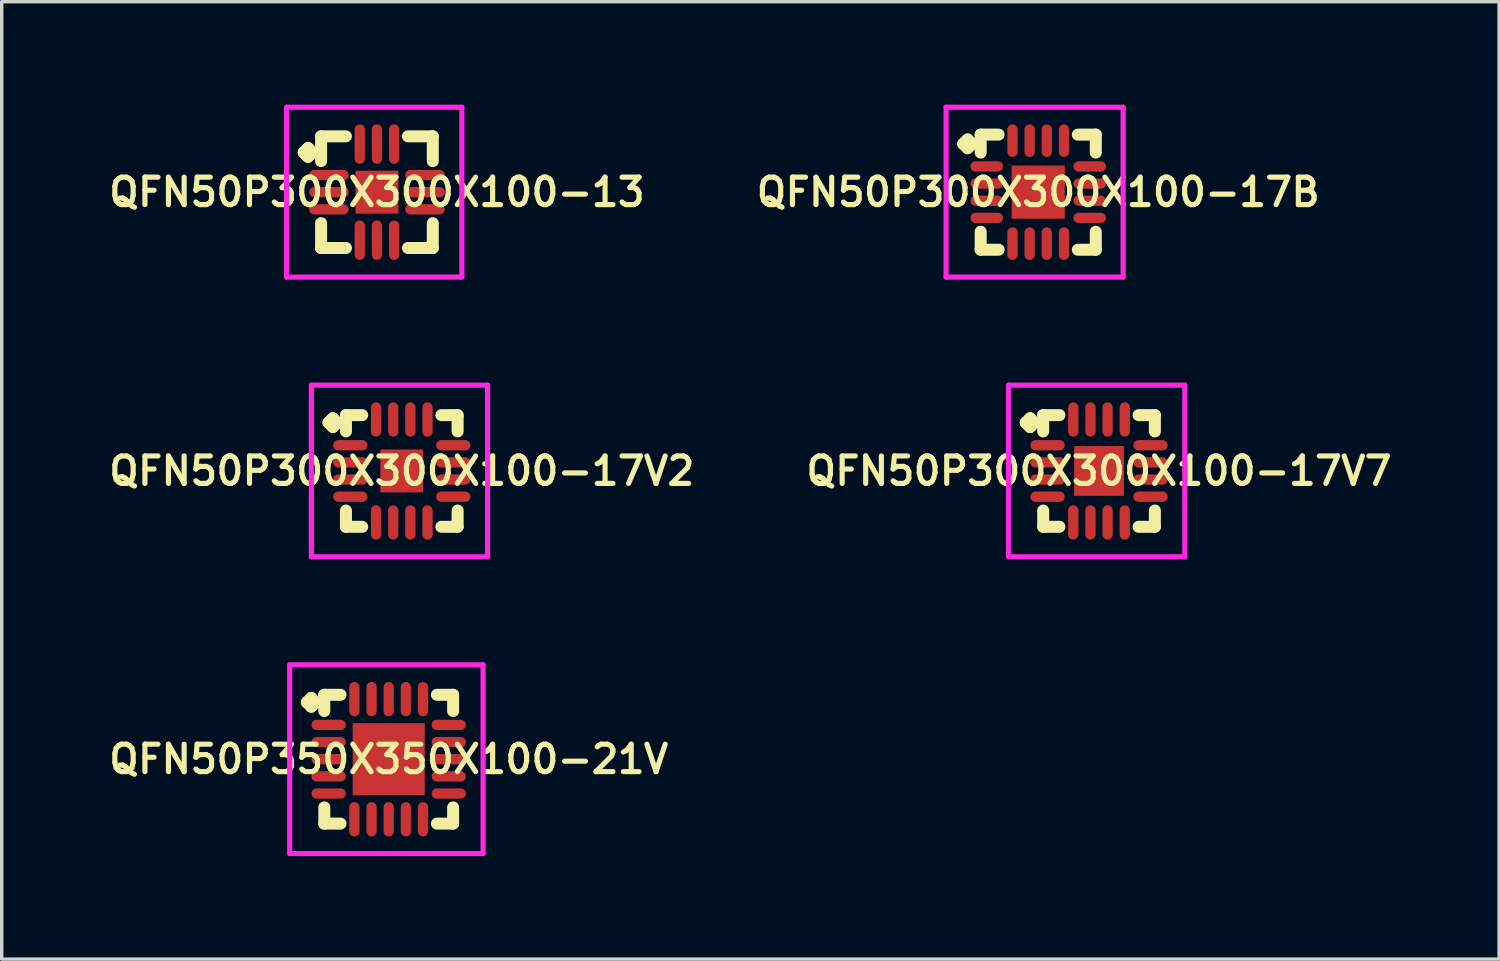
<source format=kicad_pcb>
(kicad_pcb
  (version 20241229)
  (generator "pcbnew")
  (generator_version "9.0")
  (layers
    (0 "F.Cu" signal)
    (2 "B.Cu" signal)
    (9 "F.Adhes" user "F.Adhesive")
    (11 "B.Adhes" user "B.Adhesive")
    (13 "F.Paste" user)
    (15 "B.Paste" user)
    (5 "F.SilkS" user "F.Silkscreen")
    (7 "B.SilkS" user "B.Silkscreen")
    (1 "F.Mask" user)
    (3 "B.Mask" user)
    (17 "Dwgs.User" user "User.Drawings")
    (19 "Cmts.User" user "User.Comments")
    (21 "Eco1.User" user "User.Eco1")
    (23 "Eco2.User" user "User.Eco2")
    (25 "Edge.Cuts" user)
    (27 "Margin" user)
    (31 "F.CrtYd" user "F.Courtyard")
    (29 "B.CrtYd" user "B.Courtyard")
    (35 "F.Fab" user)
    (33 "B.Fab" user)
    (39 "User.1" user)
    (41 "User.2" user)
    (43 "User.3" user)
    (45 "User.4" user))
  (footprint "QFN50P350X350X100-21V"
    (layer "F.Cu")
    (at 8.278 19.075)
    (property "Reference" "QFN50P350X350X100-21V" (at 0 0 0) (layer "F.SilkS") (effects (font (size 0.8 0.8) (thickness 0.15))))
    (attr smd)
    (fp_line (start -2.385 -1.658) (end -2.258 -1.785) (stroke (width 0.35) (type solid)) (layer "F.SilkS"))
    (fp_line (start -2.258 -1.785) (end -2.131 -1.658) (stroke (width 0.35) (type solid)) (layer "F.SilkS"))
    (fp_line (start -2.258 -1.531) (end -2.385 -1.658) (stroke (width 0.35) (type solid)) (layer "F.SilkS"))
    (fp_line (start -2.131 -1.658) (end -2.258 -1.531) (stroke (width 0.35) (type solid)) (layer "F.SilkS"))
    (fp_line (start -1.877 -1.877) (end -1.404 -1.877) (stroke (width 0.35) (type solid)) (layer "F.SilkS"))
    (fp_line (start -1.877 -1.404) (end -1.877 -1.877) (stroke (width 0.35) (type solid)) (layer "F.SilkS"))
    (fp_line (start -1.877 1.404) (end -1.877 1.877) (stroke (width 0.35) (type solid)) (layer "F.SilkS"))
    (fp_line (start -1.877 1.877) (end -1.404 1.877) (stroke (width 0.35) (type solid)) (layer "F.SilkS"))
    (fp_line (start 1.404 -1.877) (end 1.877 -1.877) (stroke (width 0.35) (type solid)) (layer "F.SilkS"))
    (fp_line (start 1.404 1.877) (end 1.877 1.877) (stroke (width 0.35) (type solid)) (layer "F.SilkS"))
    (fp_line (start 1.877 -1.877) (end 1.877 -1.404) (stroke (width 0.35) (type solid)) (layer "F.SilkS"))
    (fp_line (start 1.877 1.877) (end 1.877 1.404) (stroke (width 0.35) (type solid)) (layer "F.SilkS"))
    (fp_line (start -2.885 -2.75) (end 2.75 -2.75) (stroke (width 0.15) (type solid)) (layer "F.CrtYd"))
    (fp_line (start -2.885 2.75) (end -2.885 -2.75) (stroke (width 0.15) (type solid)) (layer "F.CrtYd"))
    (fp_line (start 2.75 -2.75) (end 2.75 2.75) (stroke (width 0.15) (type solid)) (layer "F.CrtYd"))
    (fp_line (start 2.75 2.75) (end -2.885 2.75) (stroke (width 0.15) (type solid)) (layer "F.CrtYd"))
    (pad "1" smd oval (at -1.75 -1) (size 1 0.3) (layers "F.Cu" "F.Mask" "F.Paste"))
    (pad "2" smd oval (at -1.75 -0.5) (size 1 0.3) (layers "F.Cu" "F.Mask" "F.Paste"))
    (pad "3" smd oval (at -1.75 0) (size 1 0.3) (layers "F.Cu" "F.Mask" "F.Paste"))
    (pad "4" smd oval (at -1.75 0.5) (size 1 0.3) (layers "F.Cu" "F.Mask" "F.Paste"))
    (pad "5" smd oval (at -1.75 1) (size 1 0.3) (layers "F.Cu" "F.Mask" "F.Paste"))
    (pad "6" smd oval (at -1 1.75) (size 0.3 1) (layers "F.Cu" "F.Mask" "F.Paste"))
    (pad "7" smd oval (at -0.5 1.75) (size 0.3 1) (layers "F.Cu" "F.Mask" "F.Paste"))
    (pad "8" smd oval (at 0 1.75) (size 0.3 1) (layers "F.Cu" "F.Mask" "F.Paste"))
    (pad "9" smd oval (at 0.5 1.75) (size 0.3 1) (layers "F.Cu" "F.Mask" "F.Paste"))
    (pad "10" smd oval (at 1 1.75) (size 0.3 1) (layers "F.Cu" "F.Mask" "F.Paste"))
    (pad "11" smd oval (at 1.75 1) (size 1 0.3) (layers "F.Cu" "F.Mask" "F.Paste"))
    (pad "12" smd oval (at 1.75 0.5) (size 1 0.3) (layers "F.Cu" "F.Mask" "F.Paste"))
    (pad "13" smd oval (at 1.75 0) (size 1 0.3) (layers "F.Cu" "F.Mask" "F.Paste"))
    (pad "14" smd oval (at 1.75 -0.5) (size 1 0.3) (layers "F.Cu" "F.Mask" "F.Paste"))
    (pad "15" smd oval (at 1.75 -1) (size 1 0.3) (layers "F.Cu" "F.Mask" "F.Paste"))
    (pad "16" smd oval (at 1 -1.75) (size 0.3 1) (layers "F.Cu" "F.Mask" "F.Paste"))
    (pad "17" smd oval (at 0.5 -1.75) (size 0.3 1) (layers "F.Cu" "F.Mask" "F.Paste"))
    (pad "18" smd oval (at 0 -1.75) (size 0.3 1) (layers "F.Cu" "F.Mask" "F.Paste"))
    (pad "19" smd oval (at -0.5 -1.75) (size 0.3 1) (layers "F.Cu" "F.Mask" "F.Paste"))
    (pad "20" smd oval (at -1 -1.75) (size 0.3 1) (layers "F.Cu" "F.Mask" "F.Paste"))
    (pad "21" smd rect (at 0 0) (size 2.1 2.1) (layers "F.Cu" "F.Mask" "F.Paste")))
  (footprint "QFN50P300X300X100-17B"
    (layer "F.Cu")
    (at 27.206 2.55)
    (property "Reference" "QFN50P300X300X100-17B" (at 0 0 0) (layer "F.SilkS") (effects (font (size 0.8 0.8) (thickness 0.15))))
    (attr smd)
    (fp_line (start -2.185 -1.408) (end -2.058 -1.535) (stroke (width 0.35) (type solid)) (layer "F.SilkS"))
    (fp_line (start -2.058 -1.535) (end -1.931 -1.408) (stroke (width 0.35) (type solid)) (layer "F.SilkS"))
    (fp_line (start -2.058 -1.281) (end -2.185 -1.408) (stroke (width 0.35) (type solid)) (layer "F.SilkS"))
    (fp_line (start -1.931 -1.408) (end -2.058 -1.281) (stroke (width 0.35) (type solid)) (layer "F.SilkS"))
    (fp_line (start -1.677 -1.677) (end -1.154 -1.677) (stroke (width 0.35) (type solid)) (layer "F.SilkS"))
    (fp_line (start -1.677 -1.154) (end -1.677 -1.677) (stroke (width 0.35) (type solid)) (layer "F.SilkS"))
    (fp_line (start -1.677 1.154) (end -1.677 1.677) (stroke (width 0.35) (type solid)) (layer "F.SilkS"))
    (fp_line (start -1.677 1.677) (end -1.154 1.677) (stroke (width 0.35) (type solid)) (layer "F.SilkS"))
    (fp_line (start 1.154 -1.677) (end 1.677 -1.677) (stroke (width 0.35) (type solid)) (layer "F.SilkS"))
    (fp_line (start 1.154 1.677) (end 1.677 1.677) (stroke (width 0.35) (type solid)) (layer "F.SilkS"))
    (fp_line (start 1.677 -1.677) (end 1.677 -1.154) (stroke (width 0.35) (type solid)) (layer "F.SilkS"))
    (fp_line (start 1.677 1.677) (end 1.677 1.154) (stroke (width 0.35) (type solid)) (layer "F.SilkS"))
    (fp_line (start -2.685 -2.475) (end 2.475 -2.475) (stroke (width 0.15) (type solid)) (layer "F.CrtYd"))
    (fp_line (start -2.685 2.475) (end -2.685 -2.475) (stroke (width 0.15) (type solid)) (layer "F.CrtYd"))
    (fp_line (start 2.475 -2.475) (end 2.475 2.475) (stroke (width 0.15) (type solid)) (layer "F.CrtYd"))
    (fp_line (start 2.475 2.475) (end -2.685 2.475) (stroke (width 0.15) (type solid)) (layer "F.CrtYd"))
    (pad "1" smd oval (at -1.5 -0.75) (size 0.95 0.3) (layers "F.Cu" "F.Mask" "F.Paste"))
    (pad "2" smd oval (at -1.5 -0.25) (size 0.95 0.3) (layers "F.Cu" "F.Mask" "F.Paste"))
    (pad "3" smd oval (at -1.5 0.25) (size 0.95 0.3) (layers "F.Cu" "F.Mask" "F.Paste"))
    (pad "4" smd oval (at -1.5 0.75) (size 0.95 0.3) (layers "F.Cu" "F.Mask" "F.Paste"))
    (pad "5" smd oval (at -0.75 1.5) (size 0.3 0.95) (layers "F.Cu" "F.Mask" "F.Paste"))
    (pad "6" smd oval (at -0.25 1.5) (size 0.3 0.95) (layers "F.Cu" "F.Mask" "F.Paste"))
    (pad "7" smd oval (at 0.25 1.5) (size 0.3 0.95) (layers "F.Cu" "F.Mask" "F.Paste"))
    (pad "8" smd oval (at 0.75 1.5) (size 0.3 0.95) (layers "F.Cu" "F.Mask" "F.Paste"))
    (pad "9" smd oval (at 1.5 0.75) (size 0.95 0.3) (layers "F.Cu" "F.Mask" "F.Paste"))
    (pad "10" smd oval (at 1.5 0.25) (size 0.95 0.3) (layers "F.Cu" "F.Mask" "F.Paste"))
    (pad "11" smd oval (at 1.5 -0.25) (size 0.95 0.3) (layers "F.Cu" "F.Mask" "F.Paste"))
    (pad "12" smd oval (at 1.5 -0.75) (size 0.95 0.3) (layers "F.Cu" "F.Mask" "F.Paste"))
    (pad "13" smd oval (at 0.75 -1.5) (size 0.3 0.95) (layers "F.Cu" "F.Mask" "F.Paste"))
    (pad "14" smd oval (at 0.25 -1.5) (size 0.3 0.95) (layers "F.Cu" "F.Mask" "F.Paste"))
    (pad "15" smd oval (at -0.25 -1.5) (size 0.3 0.95) (layers "F.Cu" "F.Mask" "F.Paste"))
    (pad "16" smd oval (at -0.75 -1.5) (size 0.3 0.95) (layers "F.Cu" "F.Mask" "F.Paste"))
    (pad "17" smd rect (at 0 0) (size 1.55 1.55) (layers "F.Cu" "F.Mask" "F.Paste")))
  (footprint "QFN50P300X300X100-13"
    (layer "F.Cu")
    (at 7.935 2.55)
    (property "Reference" "QFN50P300X300X100-13" (at 0 0 0) (layer "F.SilkS") (effects (font (size 0.8 0.8) (thickness 0.15))))
    (attr smd)
    (fp_line (start -2.135 -1.158) (end -2.008 -1.285) (stroke (width 0.35) (type solid)) (layer "F.SilkS"))
    (fp_line (start -2.008 -1.285) (end -1.881 -1.158) (stroke (width 0.35) (type solid)) (layer "F.SilkS"))
    (fp_line (start -2.008 -1.031) (end -2.135 -1.158) (stroke (width 0.35) (type solid)) (layer "F.SilkS"))
    (fp_line (start -1.881 -1.158) (end -2.008 -1.031) (stroke (width 0.35) (type solid)) (layer "F.SilkS"))
    (fp_line (start -1.627 -1.627) (end -0.904 -1.627) (stroke (width 0.35) (type solid)) (layer "F.SilkS"))
    (fp_line (start -1.627 -0.904) (end -1.627 -1.627) (stroke (width 0.35) (type solid)) (layer "F.SilkS"))
    (fp_line (start -1.627 0.904) (end -1.627 1.627) (stroke (width 0.35) (type solid)) (layer "F.SilkS"))
    (fp_line (start -1.627 1.627) (end -0.904 1.627) (stroke (width 0.35) (type solid)) (layer "F.SilkS"))
    (fp_line (start 0.904 -1.627) (end 1.627 -1.627) (stroke (width 0.35) (type solid)) (layer "F.SilkS"))
    (fp_line (start 0.904 1.627) (end 1.627 1.627) (stroke (width 0.35) (type solid)) (layer "F.SilkS"))
    (fp_line (start 1.627 -1.627) (end 1.627 -0.904) (stroke (width 0.35) (type solid)) (layer "F.SilkS"))
    (fp_line (start 1.627 1.627) (end 1.627 0.904) (stroke (width 0.35) (type solid)) (layer "F.SilkS"))
    (fp_line (start -2.635 -2.475) (end 2.475 -2.475) (stroke (width 0.15) (type solid)) (layer "F.CrtYd"))
    (fp_line (start -2.635 2.475) (end -2.635 -2.475) (stroke (width 0.15) (type solid)) (layer "F.CrtYd"))
    (fp_line (start 2.475 -2.475) (end 2.475 2.475) (stroke (width 0.15) (type solid)) (layer "F.CrtYd"))
    (fp_line (start 2.475 2.475) (end -2.635 2.475) (stroke (width 0.15) (type solid)) (layer "F.CrtYd"))
    (pad "1" smd oval (at -1.4 -0.5) (size 1.15 0.3) (layers "F.Cu" "F.Mask" "F.Paste"))
    (pad "2" smd oval (at -1.4 0) (size 1.15 0.3) (layers "F.Cu" "F.Mask" "F.Paste"))
    (pad "3" smd oval (at -1.4 0.5) (size 1.15 0.3) (layers "F.Cu" "F.Mask" "F.Paste"))
    (pad "4" smd oval (at -0.5 1.4) (size 0.3 1.15) (layers "F.Cu" "F.Mask" "F.Paste"))
    (pad "5" smd oval (at 0 1.4) (size 0.3 1.15) (layers "F.Cu" "F.Mask" "F.Paste"))
    (pad "6" smd oval (at 0.5 1.4) (size 0.3 1.15) (layers "F.Cu" "F.Mask" "F.Paste"))
    (pad "7" smd oval (at 1.4 0.5) (size 1.15 0.3) (layers "F.Cu" "F.Mask" "F.Paste"))
    (pad "8" smd oval (at 1.4 0) (size 1.15 0.3) (layers "F.Cu" "F.Mask" "F.Paste"))
    (pad "9" smd oval (at 1.4 -0.5) (size 1.15 0.3) (layers "F.Cu" "F.Mask" "F.Paste"))
    (pad "10" smd oval (at 0.5 -1.4) (size 0.3 1.15) (layers "F.Cu" "F.Mask" "F.Paste"))
    (pad "11" smd oval (at 0 -1.4) (size 0.3 1.15) (layers "F.Cu" "F.Mask" "F.Paste"))
    (pad "12" smd oval (at -0.5 -1.4) (size 0.3 1.15) (layers "F.Cu" "F.Mask" "F.Paste"))
    (pad "13" smd rect (at 0 0) (size 1.25 1.25) (layers "F.Cu" "F.Mask" "F.Paste")))
  (footprint "QFN50P300X300X100-17V7"
    (layer "F.Cu")
    (at 28.978 10.675)
    (property "Reference" "QFN50P300X300X100-17V7" (at 0 0 0) (layer "F.SilkS") (effects (font (size 0.8 0.8) (thickness 0.15))))
    (attr smd)
    (fp_line (start -2.135 -1.408) (end -2.008 -1.535) (stroke (width 0.35) (type solid)) (layer "F.SilkS"))
    (fp_line (start -2.008 -1.535) (end -1.881 -1.408) (stroke (width 0.35) (type solid)) (layer "F.SilkS"))
    (fp_line (start -2.008 -1.281) (end -2.135 -1.408) (stroke (width 0.35) (type solid)) (layer "F.SilkS"))
    (fp_line (start -1.881 -1.408) (end -2.008 -1.281) (stroke (width 0.35) (type solid)) (layer "F.SilkS"))
    (fp_line (start -1.627 -1.627) (end -1.154 -1.627) (stroke (width 0.35) (type solid)) (layer "F.SilkS"))
    (fp_line (start -1.627 -1.154) (end -1.627 -1.627) (stroke (width 0.35) (type solid)) (layer "F.SilkS"))
    (fp_line (start -1.627 1.154) (end -1.627 1.627) (stroke (width 0.35) (type solid)) (layer "F.SilkS"))
    (fp_line (start -1.627 1.627) (end -1.154 1.627) (stroke (width 0.35) (type solid)) (layer "F.SilkS"))
    (fp_line (start 1.154 -1.627) (end 1.627 -1.627) (stroke (width 0.35) (type solid)) (layer "F.SilkS"))
    (fp_line (start 1.154 1.627) (end 1.627 1.627) (stroke (width 0.35) (type solid)) (layer "F.SilkS"))
    (fp_line (start 1.627 -1.627) (end 1.627 -1.154) (stroke (width 0.35) (type solid)) (layer "F.SilkS"))
    (fp_line (start 1.627 1.627) (end 1.627 1.154) (stroke (width 0.35) (type solid)) (layer "F.SilkS"))
    (fp_line (start -2.635 -2.5) (end 2.5 -2.5) (stroke (width 0.15) (type solid)) (layer "F.CrtYd"))
    (fp_line (start -2.635 2.5) (end -2.635 -2.5) (stroke (width 0.15) (type solid)) (layer "F.CrtYd"))
    (fp_line (start 2.5 -2.5) (end 2.5 2.5) (stroke (width 0.15) (type solid)) (layer "F.CrtYd"))
    (fp_line (start 2.5 2.5) (end -2.635 2.5) (stroke (width 0.15) (type solid)) (layer "F.CrtYd"))
    (pad "1" smd oval (at -1.5 -0.75) (size 1 0.3) (layers "F.Cu" "F.Mask" "F.Paste"))
    (pad "2" smd oval (at -1.5 -0.25) (size 1 0.3) (layers "F.Cu" "F.Mask" "F.Paste"))
    (pad "3" smd oval (at -1.5 0.25) (size 1 0.3) (layers "F.Cu" "F.Mask" "F.Paste"))
    (pad "4" smd oval (at -1.5 0.75) (size 1 0.3) (layers "F.Cu" "F.Mask" "F.Paste"))
    (pad "5" smd oval (at -0.75 1.5) (size 0.3 1) (layers "F.Cu" "F.Mask" "F.Paste"))
    (pad "6" smd oval (at -0.25 1.5) (size 0.3 1) (layers "F.Cu" "F.Mask" "F.Paste"))
    (pad "7" smd oval (at 0.25 1.5) (size 0.3 1) (layers "F.Cu" "F.Mask" "F.Paste"))
    (pad "8" smd oval (at 0.75 1.5) (size 0.3 1) (layers "F.Cu" "F.Mask" "F.Paste"))
    (pad "9" smd oval (at 1.5 0.75) (size 1 0.3) (layers "F.Cu" "F.Mask" "F.Paste"))
    (pad "10" smd oval (at 1.5 0.25) (size 1 0.3) (layers "F.Cu" "F.Mask" "F.Paste"))
    (pad "11" smd oval (at 1.5 -0.25) (size 1 0.3) (layers "F.Cu" "F.Mask" "F.Paste"))
    (pad "12" smd oval (at 1.5 -0.75) (size 1 0.3) (layers "F.Cu" "F.Mask" "F.Paste"))
    (pad "13" smd oval (at 0.75 -1.5) (size 0.3 1) (layers "F.Cu" "F.Mask" "F.Paste"))
    (pad "14" smd oval (at 0.25 -1.5) (size 0.3 1) (layers "F.Cu" "F.Mask" "F.Paste"))
    (pad "15" smd oval (at -0.25 -1.5) (size 0.3 1) (layers "F.Cu" "F.Mask" "F.Paste"))
    (pad "16" smd oval (at -0.75 -1.5) (size 0.3 1) (layers "F.Cu" "F.Mask" "F.Paste"))
    (pad "17" smd rect (at 0 0) (size 1.45 1.45) (layers "F.Cu" "F.Mask" "F.Paste")))
  (footprint "QFN50P300X300X100-17V2"
    (layer "F.Cu")
    (at 8.659 10.675)
    (property "Reference" "QFN50P300X300X100-17V2" (at 0 0 0) (layer "F.SilkS") (effects (font (size 0.8 0.8) (thickness 0.15))))
    (attr smd)
    (fp_line (start -2.135 -1.408) (end -2.008 -1.535) (stroke (width 0.35) (type solid)) (layer "F.SilkS"))
    (fp_line (start -2.008 -1.535) (end -1.881 -1.408) (stroke (width 0.35) (type solid)) (layer "F.SilkS"))
    (fp_line (start -2.008 -1.281) (end -2.135 -1.408) (stroke (width 0.35) (type solid)) (layer "F.SilkS"))
    (fp_line (start -1.881 -1.408) (end -2.008 -1.281) (stroke (width 0.35) (type solid)) (layer "F.SilkS"))
    (fp_line (start -1.627 -1.627) (end -1.154 -1.627) (stroke (width 0.35) (type solid)) (layer "F.SilkS"))
    (fp_line (start -1.627 -1.154) (end -1.627 -1.627) (stroke (width 0.35) (type solid)) (layer "F.SilkS"))
    (fp_line (start -1.627 1.154) (end -1.627 1.627) (stroke (width 0.35) (type solid)) (layer "F.SilkS"))
    (fp_line (start -1.627 1.627) (end -1.154 1.627) (stroke (width 0.35) (type solid)) (layer "F.SilkS"))
    (fp_line (start 1.154 -1.627) (end 1.627 -1.627) (stroke (width 0.35) (type solid)) (layer "F.SilkS"))
    (fp_line (start 1.154 1.627) (end 1.627 1.627) (stroke (width 0.35) (type solid)) (layer "F.SilkS"))
    (fp_line (start 1.627 -1.627) (end 1.627 -1.154) (stroke (width 0.35) (type solid)) (layer "F.SilkS"))
    (fp_line (start 1.627 1.627) (end 1.627 1.154) (stroke (width 0.35) (type solid)) (layer "F.SilkS"))
    (fp_line (start -2.635 -2.5) (end 2.5 -2.5) (stroke (width 0.15) (type solid)) (layer "F.CrtYd"))
    (fp_line (start -2.635 2.5) (end -2.635 -2.5) (stroke (width 0.15) (type solid)) (layer "F.CrtYd"))
    (fp_line (start 2.5 -2.5) (end 2.5 2.5) (stroke (width 0.15) (type solid)) (layer "F.CrtYd"))
    (fp_line (start 2.5 2.5) (end -2.635 2.5) (stroke (width 0.15) (type solid)) (layer "F.CrtYd"))
    (pad "1" smd oval (at -1.5 -0.75) (size 1 0.3) (layers "F.Cu" "F.Mask" "F.Paste"))
    (pad "2" smd oval (at -1.5 -0.25) (size 1 0.3) (layers "F.Cu" "F.Mask" "F.Paste"))
    (pad "3" smd oval (at -1.5 0.25) (size 1 0.3) (layers "F.Cu" "F.Mask" "F.Paste"))
    (pad "4" smd oval (at -1.5 0.75) (size 1 0.3) (layers "F.Cu" "F.Mask" "F.Paste"))
    (pad "5" smd oval (at -0.75 1.5) (size 0.3 1) (layers "F.Cu" "F.Mask" "F.Paste"))
    (pad "6" smd oval (at -0.25 1.5) (size 0.3 1) (layers "F.Cu" "F.Mask" "F.Paste"))
    (pad "7" smd oval (at 0.25 1.5) (size 0.3 1) (layers "F.Cu" "F.Mask" "F.Paste"))
    (pad "8" smd oval (at 0.75 1.5) (size 0.3 1) (layers "F.Cu" "F.Mask" "F.Paste"))
    (pad "9" smd oval (at 1.5 0.75) (size 1 0.3) (layers "F.Cu" "F.Mask" "F.Paste"))
    (pad "10" smd oval (at 1.5 0.25) (size 1 0.3) (layers "F.Cu" "F.Mask" "F.Paste"))
    (pad "11" smd oval (at 1.5 -0.25) (size 1 0.3) (layers "F.Cu" "F.Mask" "F.Paste"))
    (pad "12" smd oval (at 1.5 -0.75) (size 1 0.3) (layers "F.Cu" "F.Mask" "F.Paste"))
    (pad "13" smd oval (at 0.75 -1.5) (size 0.3 1) (layers "F.Cu" "F.Mask" "F.Paste"))
    (pad "14" smd oval (at 0.25 -1.5) (size 0.3 1) (layers "F.Cu" "F.Mask" "F.Paste"))
    (pad "15" smd oval (at -0.25 -1.5) (size 0.3 1) (layers "F.Cu" "F.Mask" "F.Paste"))
    (pad "16" smd oval (at -0.75 -1.5) (size 0.3 1) (layers "F.Cu" "F.Mask" "F.Paste"))
    (pad "17" smd rect (at 0 0) (size 1.25 1.25) (layers "F.Cu" "F.Mask" "F.Paste")))
  (gr_rect
    (start -3 -3)
    (end 40.637 24.9)
    (stroke (width 0.1) (type default))
    (fill no)
    (layer "Edge.Cuts")))
</source>
